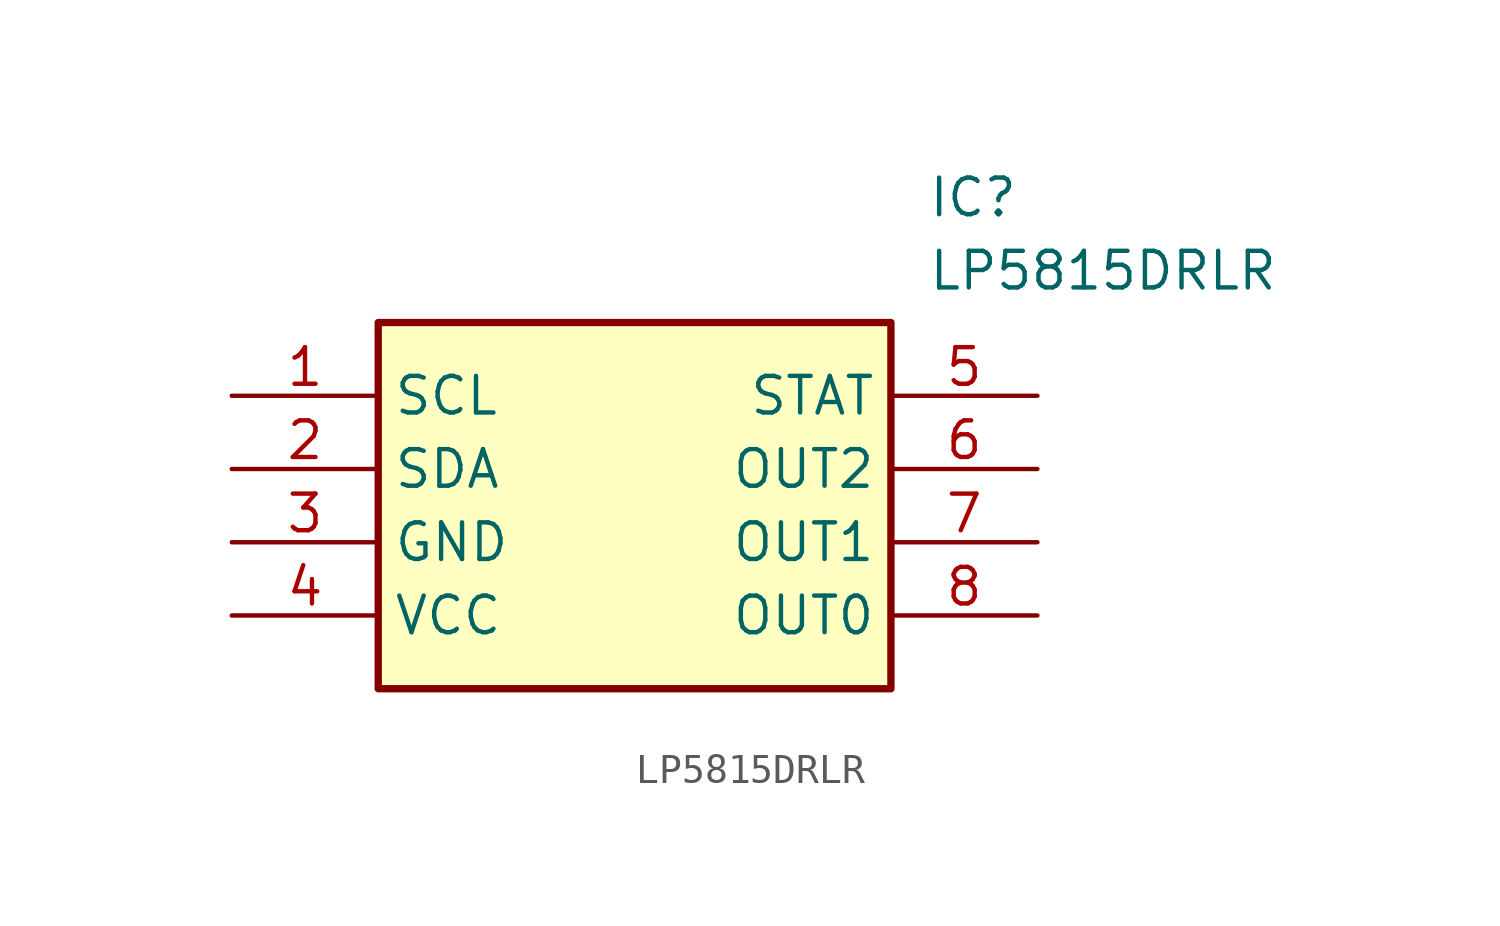
<source format=kicad_sym>
(kicad_symbol_lib
  (version 20211014)
  (generator SamacSys_ECAD_Model)
  (symbol "LP5815DRLR"
    (property "Reference" "IC"
      (at 24.13 7.62 0)
      (effects (font (size 1.27 1.27)) (justify left top)))
    (property "Value" "LP5815DRLR"
      (at 24.13 5.08 0)
      (effects (font (size 1.27 1.27)) (justify left top)))
    (rectangle
      (start 5.08 2.54)
      (end 22.86 -10.16)
      (stroke (width 0.254) (type default))
      (fill (type background)))
    (pin passive line
      (at 0 0 0)
      (length 5.08)
      (name "SCL" (effects (font (size 1.27 1.27))))
      (number "1" (effects (font (size 1.27 1.27)))))
    (pin passive line
      (at 0 -2.54 0)
      (length 5.08)
      (name "SDA" (effects (font (size 1.27 1.27))))
      (number "2" (effects (font (size 1.27 1.27)))))
    (pin passive line
      (at 0 -5.08 0)
      (length 5.08)
      (name "GND" (effects (font (size 1.27 1.27))))
      (number "3" (effects (font (size 1.27 1.27)))))
    (pin passive line
      (at 0 -7.62 0)
      (length 5.08)
      (name "VCC" (effects (font (size 1.27 1.27))))
      (number "4" (effects (font (size 1.27 1.27)))))
    (pin passive line
      (at 27.94 0 180)
      (length 5.08)
      (name "STAT" (effects (font (size 1.27 1.27))))
      (number "5" (effects (font (size 1.27 1.27)))))
    (pin passive line
      (at 27.94 -2.54 180)
      (length 5.08)
      (name "OUT2" (effects (font (size 1.27 1.27))))
      (number "6" (effects (font (size 1.27 1.27)))))
    (pin passive line
      (at 27.94 -5.08 180)
      (length 5.08)
      (name "OUT1" (effects (font (size 1.27 1.27))))
      (number "7" (effects (font (size 1.27 1.27)))))
    (pin passive line
      (at 27.94 -7.62 180)
      (length 5.08)
      (name "OUT0" (effects (font (size 1.27 1.27))))
      (number "8" (effects (font (size 1.27 1.27)))))))
</source>
